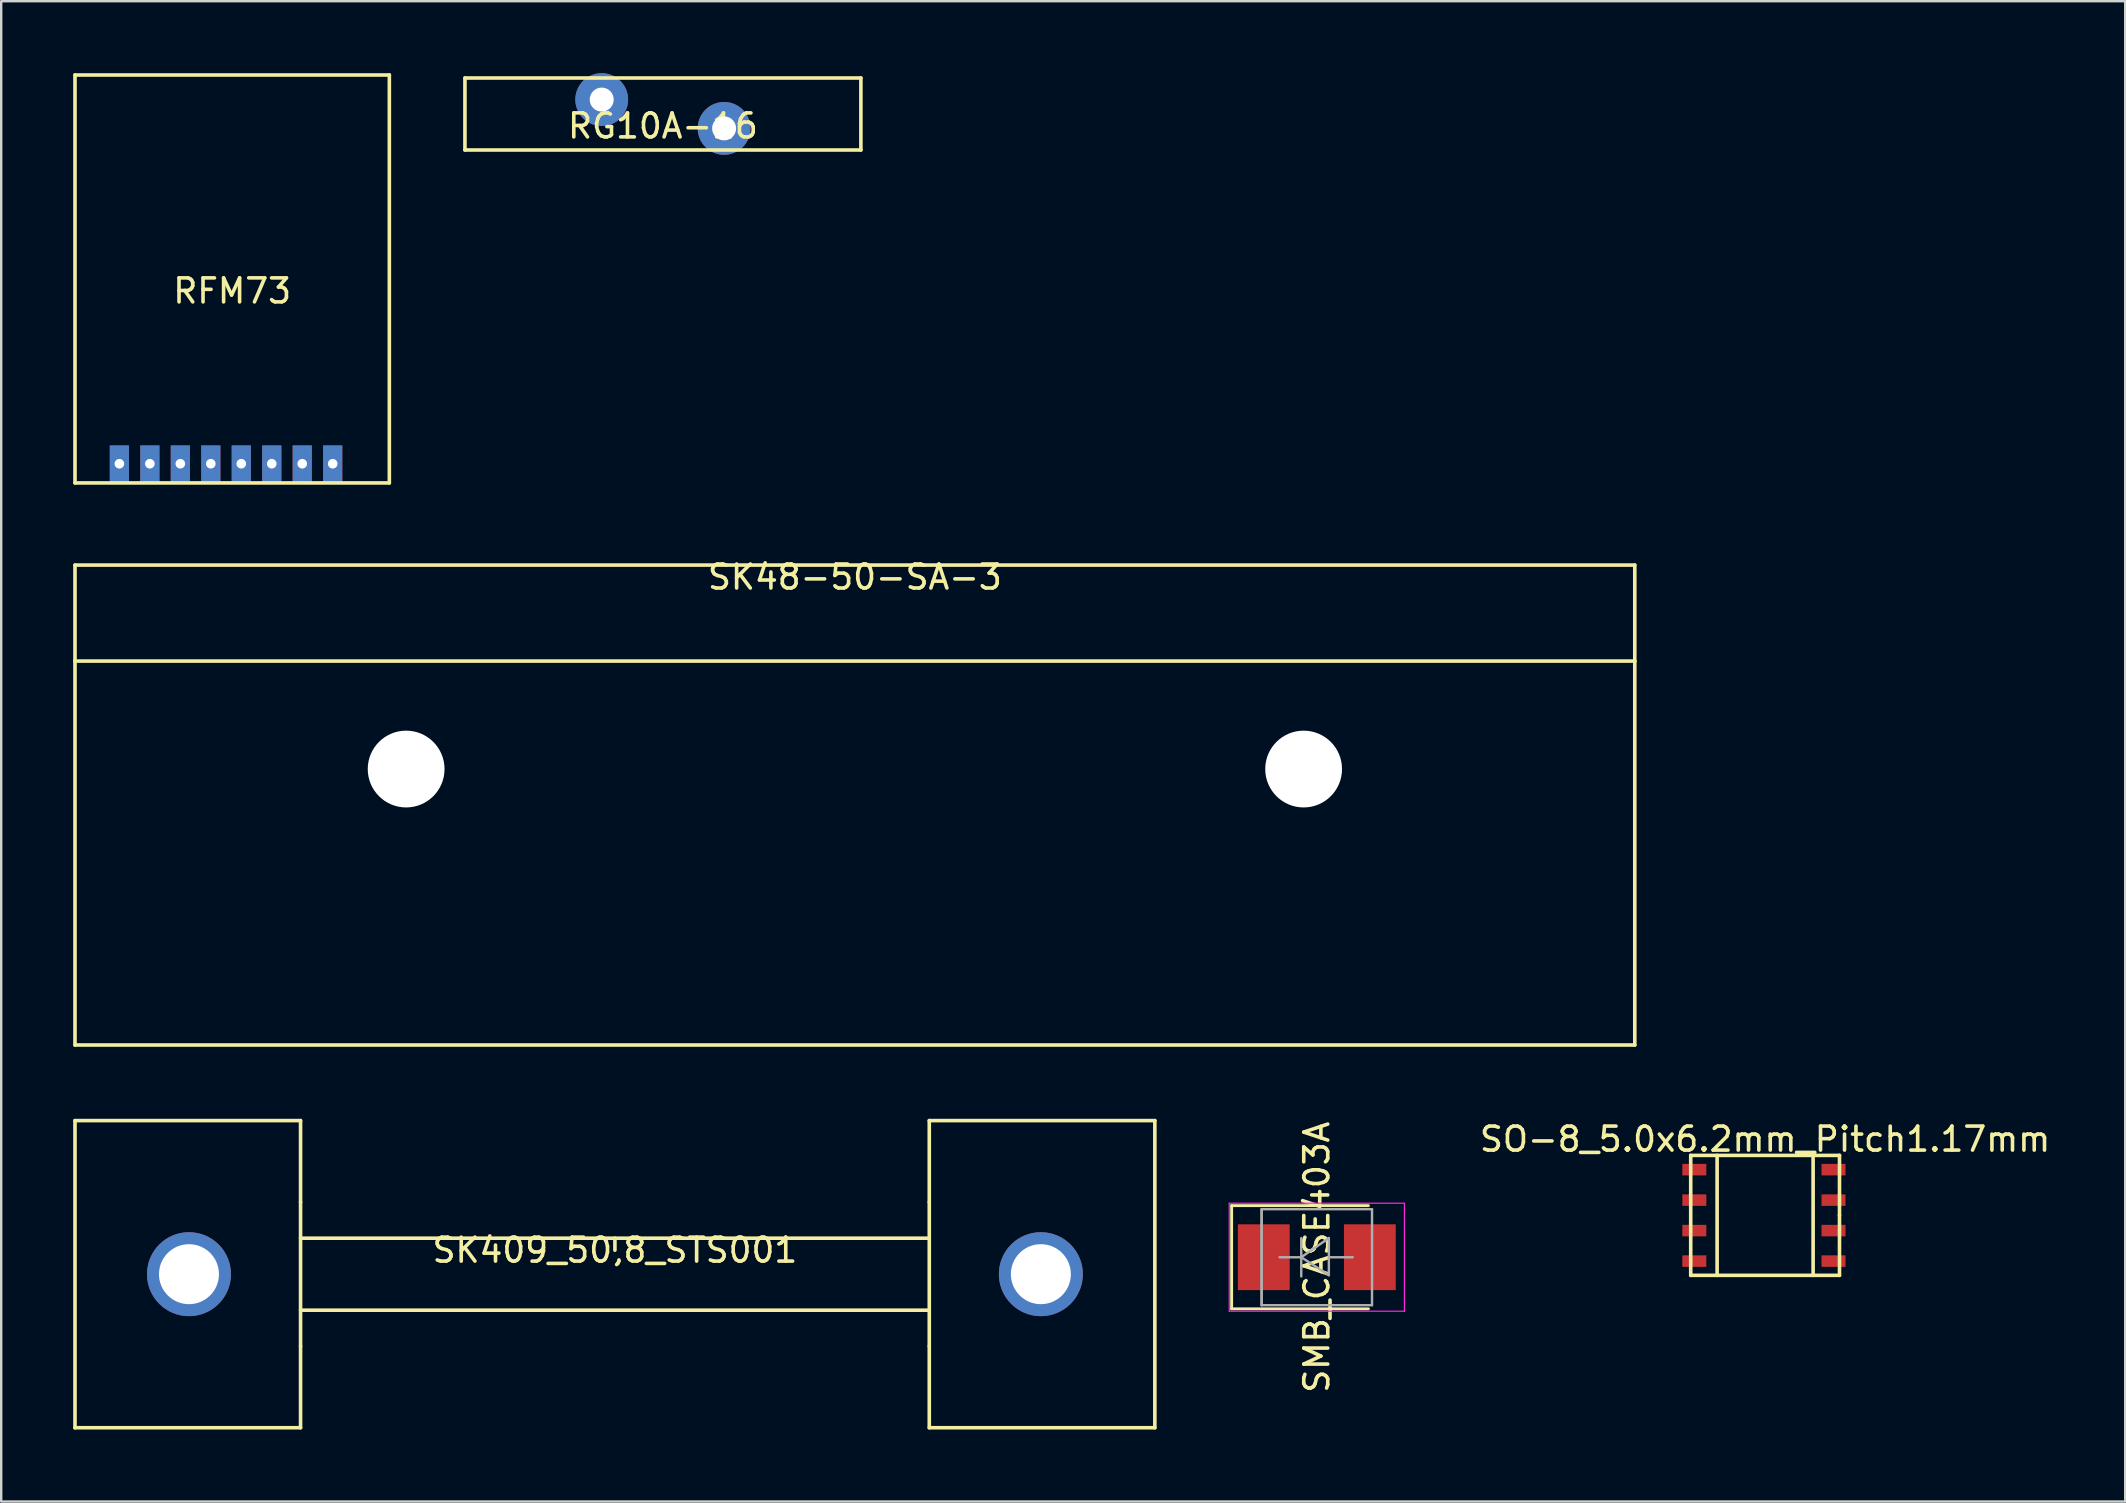
<source format=kicad_pcb>
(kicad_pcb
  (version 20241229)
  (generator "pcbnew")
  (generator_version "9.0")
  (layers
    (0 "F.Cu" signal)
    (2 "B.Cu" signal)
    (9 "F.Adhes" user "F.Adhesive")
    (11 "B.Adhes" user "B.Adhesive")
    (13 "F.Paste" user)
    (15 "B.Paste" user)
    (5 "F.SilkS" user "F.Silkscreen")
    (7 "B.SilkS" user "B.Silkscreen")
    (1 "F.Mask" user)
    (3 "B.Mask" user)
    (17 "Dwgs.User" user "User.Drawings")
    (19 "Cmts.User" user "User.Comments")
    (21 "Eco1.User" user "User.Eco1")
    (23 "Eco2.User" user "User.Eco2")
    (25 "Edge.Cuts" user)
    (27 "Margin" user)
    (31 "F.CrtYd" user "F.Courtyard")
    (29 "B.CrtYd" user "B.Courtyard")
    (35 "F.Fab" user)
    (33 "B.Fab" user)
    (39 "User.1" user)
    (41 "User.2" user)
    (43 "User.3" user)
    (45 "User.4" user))
  (footprint "SO-8_5.0x6.2mm_Pitch1.17mm"
    (layer "F.Cu")
    (at 70.456 47.647)
    (property "Reference" "SO-8_5.0x6.2mm_Pitch1.17mm" (at 0.05 -3.225 0) (layer "F.SilkS") (effects (font (size 1 1) (thickness 0.15))))
    (attr through_hole)
    (fp_line (start -3.05 -2.55) (end 3.15 -2.55) (stroke (width 0.15) (type solid)) (layer "F.SilkS"))
    (fp_line (start -3.05 2.45) (end -3.05 -2.55) (stroke (width 0.15) (type solid)) (layer "F.SilkS"))
    (fp_line (start -1.95 -2.55) (end -1.95 2.45) (stroke (width 0.15) (type solid)) (layer "F.SilkS"))
    (fp_line (start 2.05 -2.55) (end 2.05 2.45) (stroke (width 0.15) (type solid)) (layer "F.SilkS"))
    (fp_line (start 3.15 -2.55) (end 3.15 -0.05) (stroke (width 0.15) (type solid)) (layer "F.SilkS"))
    (fp_line (start 3.15 -0.05) (end 3.15 2.45) (stroke (width 0.15) (type solid)) (layer "F.SilkS"))
    (fp_line (start 3.15 2.45) (end -3.05 2.45) (stroke (width 0.15) (type solid)) (layer "F.SilkS"))
    (pad "1" smd rect (at -2.9 -1.955 270) (size 0.48 1) (layers "F.Cu" "F.Mask" "F.Paste"))
    (pad "2" smd rect (at -2.9 -0.685 270) (size 0.48 1) (layers "F.Cu" "F.Mask" "F.Paste"))
    (pad "3" smd rect (at -2.9 0.585 270) (size 0.48 1) (layers "F.Cu" "F.Mask" "F.Paste"))
    (pad "4" smd rect (at -2.9 1.855 270) (size 0.48 1) (layers "F.Cu" "F.Mask" "F.Paste"))
    (pad "5" smd rect (at 2.9 1.855 270) (size 0.48 1) (layers "F.Cu" "F.Mask" "F.Paste"))
    (pad "6" smd rect (at 2.9 0.585 270) (size 0.48 1) (layers "F.Cu" "F.Mask" "F.Paste"))
    (pad "7" smd rect (at 2.9 -0.685 270) (size 0.48 1) (layers "F.Cu" "F.Mask" "F.Paste"))
    (pad "8" smd rect (at 2.9 -1.955 270) (size 0.48 1) (layers "F.Cu" "F.Mask" "F.Paste")))
  (footprint "SK409_50,8_STS001"
    (layer "F.Cu")
    (at 22.575 48.548)
    (property "Reference" "SK409_50,8_STS001" (at 0 0.5 0) (layer "F.SilkS") (effects (font (size 1 1) (thickness 0.15))))
    (attr through_hole)
    (fp_line (start -22.5 -4.9) (end -22.5 7.9) (stroke (width 0.15) (type solid)) (layer "F.SilkS"))
    (fp_line (start -13.1 -4.9) (end -22.5 -4.9) (stroke (width 0.15) (type solid)) (layer "F.SilkS"))
    (fp_line (start -13.1 -1.5) (end -13.1 -4.9) (stroke (width 0.15) (type solid)) (layer "F.SilkS"))
    (fp_line (start -13.1 0) (end 13.1 0) (stroke (width 0.15) (type solid)) (layer "F.SilkS"))
    (fp_line (start -13.1 3) (end 13.1 3) (stroke (width 0.15) (type solid)) (layer "F.SilkS"))
    (fp_line (start -13.1 4.5) (end -13.1 -1.5) (stroke (width 0.15) (type solid)) (layer "F.SilkS"))
    (fp_line (start -13.1 4.5) (end -13.1 7.9) (stroke (width 0.15) (type solid)) (layer "F.SilkS"))
    (fp_line (start -13.1 7.9) (end -22.5 7.9) (stroke (width 0.15) (type solid)) (layer "F.SilkS"))
    (fp_line (start 0 0) (end 0 0.5) (stroke (width 0.15) (type solid)) (layer "F.SilkS"))
    (fp_line (start 13.1 -4.9) (end 22.5 -4.9) (stroke (width 0.15) (type solid)) (layer "F.SilkS"))
    (fp_line (start 13.1 -1.5) (end 13.1 -4.9) (stroke (width 0.15) (type solid)) (layer "F.SilkS"))
    (fp_line (start 13.1 -1.5) (end 13.1 4.5) (stroke (width 0.15) (type solid)) (layer "F.SilkS"))
    (fp_line (start 13.1 4.5) (end 13.1 7.9) (stroke (width 0.15) (type solid)) (layer "F.SilkS"))
    (fp_line (start 13.1 7.9) (end 22.5 7.9) (stroke (width 0.15) (type solid)) (layer "F.SilkS"))
    (fp_line (start 22.5 -4.9) (end 22.5 7.9) (stroke (width 0.15) (type solid)) (layer "F.SilkS"))
    (pad "0" thru_hole circle (at -17.75 1.5) (size 3.5 3.5) (drill 2.5) (layers "*.Cu" "*.Mask"))
    (pad "0" thru_hole circle (at 17.75 1.5) (size 3.5 3.5) (drill 2.5) (layers "*.Cu" "*.Mask")))
  (footprint "SK48-50-SA-3"
    (layer "F.Cu")
    (at 32.575 20.498)
    (property "Reference" "SK48-50-SA-3" (at 0 0.5 0) (layer "F.SilkS") (effects (font (size 1 1) (thickness 0.15))))
    (attr through_hole)
    (fp_line (start -32.5 0) (end 32.5 0) (stroke (width 0.15) (type solid)) (layer "F.SilkS"))
    (fp_line (start -32.5 4) (end -32.5 0) (stroke (width 0.15) (type solid)) (layer "F.SilkS"))
    (fp_line (start -32.5 20) (end -32.5 4) (stroke (width 0.15) (type solid)) (layer "F.SilkS"))
    (fp_line (start 32.5 0) (end 32.5 4) (stroke (width 0.15) (type solid)) (layer "F.SilkS"))
    (fp_line (start 32.5 4) (end -32.5 4) (stroke (width 0.15) (type solid)) (layer "F.SilkS"))
    (fp_line (start 32.5 4) (end 32.5 20) (stroke (width 0.15) (type solid)) (layer "F.SilkS"))
    (fp_line (start 32.5 20) (end -32.5 20) (stroke (width 0.15) (type solid)) (layer "F.SilkS"))
    (pad "" np_thru_hole circle (at -18.7 8.5) (size 3.2 3.2) (drill 3.2) (layers "*.Cu" "*.Mask"))
    (pad "" np_thru_hole circle (at 18.7 8.5) (size 3.2 3.2) (drill 3.2) (layers "*.Cu" "*.Mask")))
  (footprint "SMB_CASE403A"
    (layer "F.Cu")
    (at 51.825 49.341)
    (property "Reference" "SMB_CASE403A" (at 0 0 90) (layer "F.SilkS") (effects (font (size 1 1) (thickness 0.15))))
    (attr smd)
    (fp_line (start -3.55 -2.15) (end -3.55 2.15) (stroke (width 0.12) (type solid)) (layer "F.SilkS"))
    (fp_line (start -3.55 -2.15) (end 2.15 -2.15) (stroke (width 0.12) (type solid)) (layer "F.SilkS"))
    (fp_line (start -3.55 2.15) (end 2.15 2.15) (stroke (width 0.12) (type solid)) (layer "F.SilkS"))
    (fp_line (start -3.65 -2.25) (end 3.65 -2.25) (stroke (width 0.05) (type solid)) (layer "F.CrtYd"))
    (fp_line (start -3.65 2.25) (end -3.65 -2.25) (stroke (width 0.05) (type solid)) (layer "F.CrtYd"))
    (fp_line (start 3.65 -2.25) (end 3.65 2.25) (stroke (width 0.05) (type solid)) (layer "F.CrtYd"))
    (fp_line (start 3.65 2.25) (end -3.65 2.25) (stroke (width 0.05) (type solid)) (layer "F.CrtYd"))
    (fp_line (start -2.3 2) (end -2.3 -2) (stroke (width 0.1) (type solid)) (layer "F.Fab"))
    (fp_line (start -2.3 2) (end -2.3 -2) (stroke (width 0.1) (type solid)) (layer "F.Fab"))
    (fp_line (start -0.649 -0.799) (end -0.649 0.801) (stroke (width 0.1) (type solid)) (layer "F.Fab"))
    (fp_line (start -0.649 0.001) (end -1.551 0.001) (stroke (width 0.1) (type solid)) (layer "F.Fab"))
    (fp_line (start -0.649 0.001) (end 0.501 -0.799) (stroke (width 0.1) (type solid)) (layer "F.Fab"))
    (fp_line (start -0.649 0.001) (end 0.501 0.75) (stroke (width 0.1) (type solid)) (layer "F.Fab"))
    (fp_line (start 0.501 0.001) (end 1.499 0.001) (stroke (width 0.1) (type solid)) (layer "F.Fab"))
    (fp_line (start 0.501 0.75) (end 0.501 -0.799) (stroke (width 0.1) (type solid)) (layer "F.Fab"))
    (fp_line (start 2.3 -2) (end -2.3 -2) (stroke (width 0.1) (type solid)) (layer "F.Fab"))
    (fp_line (start 2.3 -2) (end 2.3 2) (stroke (width 0.1) (type solid)) (layer "F.Fab"))
    (fp_line (start 2.3 2) (end -2.3 2) (stroke (width 0.1) (type solid)) (layer "F.Fab"))
    (pad "1" connect rect (at -2.21 0) (size 2.159 2.743) (layers "F.Cu" "F.Mask"))
    (pad "2" connect rect (at 2.21 0) (size 2.159 2.743) (layers "F.Cu" "F.Mask")))
  (footprint "RFM73"
    (layer "F.Cu")
    (at 6.625 8.575)
    (property "Reference" "RFM73" (at 0 0.5 0) (layer "F.SilkS") (effects (font (size 1 1) (thickness 0.15))))
    (attr through_hole)
    (fp_line (start -6.55 -8.5) (end -6.55 8.5) (stroke (width 0.15) (type solid)) (layer "F.SilkS"))
    (fp_line (start -6.55 8.5) (end 6.55 8.5) (stroke (width 0.15) (type solid)) (layer "F.SilkS"))
    (fp_line (start 6.55 -8.5) (end -6.55 -8.5) (stroke (width 0.15) (type solid)) (layer "F.SilkS"))
    (fp_line (start 6.55 8.5) (end 6.55 -8.5) (stroke (width 0.15) (type solid)) (layer "F.SilkS"))
    (pad "1" thru_hole rect (at -4.7 7.7) (size 0.8 1.524) (drill 0.4) (layers "*.Cu" "*.Mask"))
    (pad "2" thru_hole rect (at -3.43 7.7) (size 0.8 1.524) (drill 0.4) (layers "*.Cu" "*.Mask"))
    (pad "3" thru_hole rect (at -2.16 7.7) (size 0.8 1.524) (drill 0.4) (layers "*.Cu" "*.Mask"))
    (pad "4" thru_hole rect (at -0.89 7.7) (size 0.8 1.524) (drill 0.4) (layers "*.Cu" "*.Mask"))
    (pad "5" thru_hole rect (at 0.38 7.7) (size 0.8 1.524) (drill 0.4) (layers "*.Cu" "*.Mask"))
    (pad "6" thru_hole rect (at 1.65 7.7) (size 0.8 1.524) (drill 0.4) (layers "*.Cu" "*.Mask"))
    (pad "7" thru_hole rect (at 2.92 7.7) (size 0.8 1.524) (drill 0.4) (layers "*.Cu" "*.Mask"))
    (pad "8" thru_hole rect (at 4.19 7.7) (size 0.8 1.524) (drill 0.4) (layers "*.Cu" "*.Mask")))
  (footprint "RG10A-16"
    (layer "F.Cu")
    (at 24.575 1.7)
    (property "Reference" "RG10A-16" (at 0 0.5 0) (layer "F.SilkS") (effects (font (size 1 1) (thickness 0.15))))
    (attr through_hole)
    (fp_line (start -8.25 -1.5) (end -8.25 1.5) (stroke (width 0.15) (type solid)) (layer "F.SilkS"))
    (fp_line (start -8.25 1.5) (end 8.25 1.5) (stroke (width 0.15) (type solid)) (layer "F.SilkS"))
    (fp_line (start 8.25 -1.5) (end -8.25 -1.5) (stroke (width 0.15) (type solid)) (layer "F.SilkS"))
    (fp_line (start 8.25 1.5) (end 8.25 -1.5) (stroke (width 0.15) (type solid)) (layer "F.SilkS"))
    (pad "1" thru_hole circle (at -2.55 -0.6) (size 2.2 2.2) (drill 1) (layers "*.Cu" "*.Mask"))
    (pad "2" thru_hole circle (at 2.55 0.6) (size 2.2 2.2) (drill 1) (layers "*.Cu" "*.Mask")))
  (gr_rect
    (start -3 -3)
    (end 85.512 59.523)
    (stroke (width 0.1) (type default))
    (fill no)
    (layer "Edge.Cuts")))
</source>
